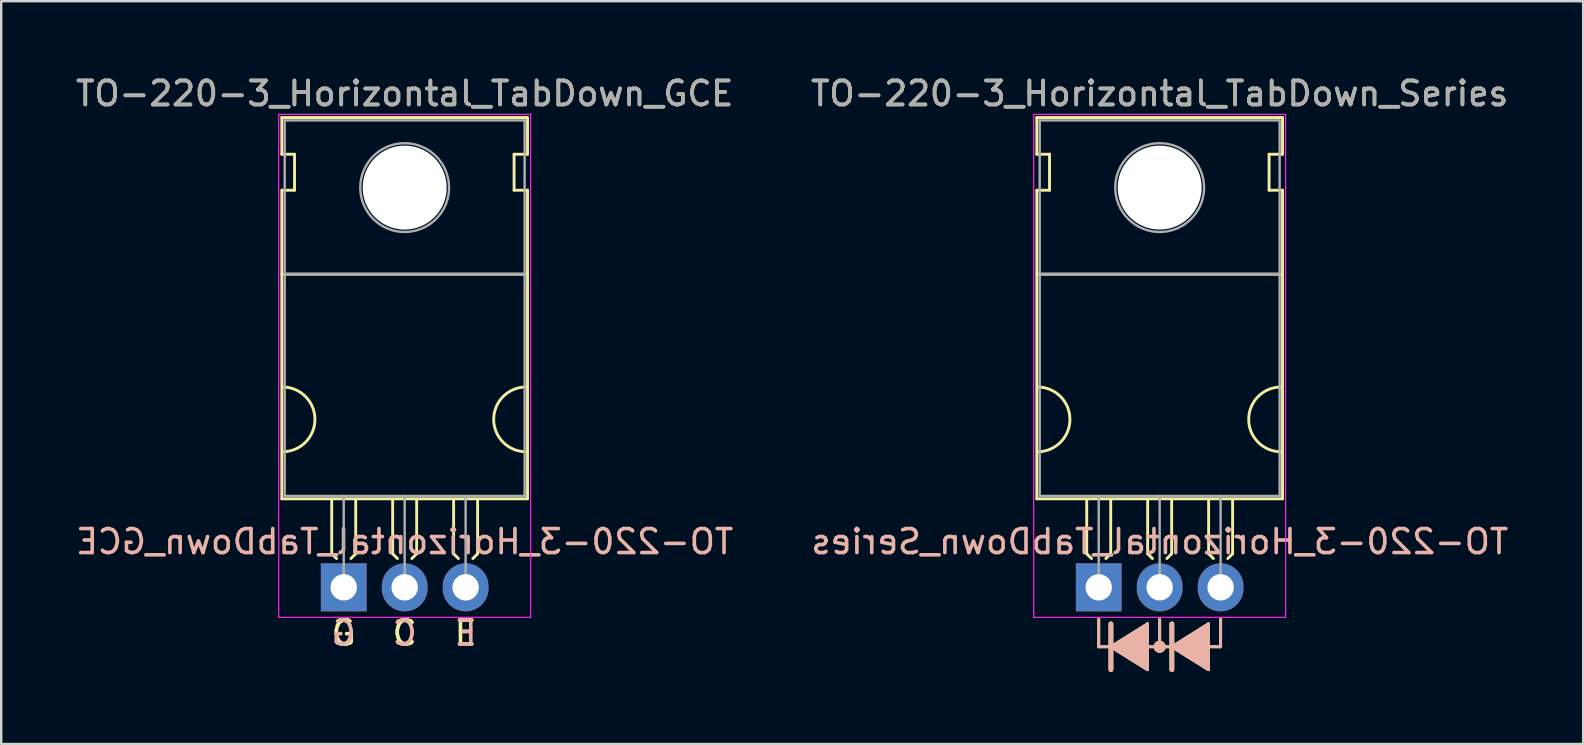
<source format=kicad_pcb>
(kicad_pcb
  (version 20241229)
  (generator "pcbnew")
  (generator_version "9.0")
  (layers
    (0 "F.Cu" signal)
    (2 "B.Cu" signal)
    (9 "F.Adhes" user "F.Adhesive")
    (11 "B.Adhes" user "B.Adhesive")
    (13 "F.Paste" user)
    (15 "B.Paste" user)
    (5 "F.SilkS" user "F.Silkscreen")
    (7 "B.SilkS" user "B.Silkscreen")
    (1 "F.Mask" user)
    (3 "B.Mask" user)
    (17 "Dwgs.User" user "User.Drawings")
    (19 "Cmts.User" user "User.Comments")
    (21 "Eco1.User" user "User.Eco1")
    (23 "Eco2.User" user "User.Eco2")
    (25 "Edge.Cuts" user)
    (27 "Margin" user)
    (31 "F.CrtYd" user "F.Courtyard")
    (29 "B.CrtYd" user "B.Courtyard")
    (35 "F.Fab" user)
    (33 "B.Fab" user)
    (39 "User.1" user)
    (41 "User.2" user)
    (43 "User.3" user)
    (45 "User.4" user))
  (footprint "TO-220-3_Horizontal_TabDown_Series"
    (layer "F.Cu")
    (at 42.74 21.428)
    (property "Reference" "TO-220-3_Horizontal_TabDown_Series" (at 2.54 -20.58 0) (layer "F.SilkS") (effects (font (size 1 1) (thickness 0.15))))
    (fp_line (start -2.58 -19.58) (end -2.58 -18.05) (stroke (width 0.12) (type solid)) (layer "F.SilkS"))
    (fp_line (start -2.58 -19.58) (end 7.66 -19.58) (stroke (width 0.12) (type solid)) (layer "F.SilkS"))
    (fp_line (start -2.58 -18.05) (end -2.05 -18.05) (stroke (width 0.12) (type solid)) (layer "F.SilkS"))
    (fp_line (start -2.58 -16.55) (end -2.58 -3.69) (stroke (width 0.12) (type solid)) (layer "F.SilkS"))
    (fp_line (start -2.58 -3.69) (end 7.66 -3.69) (stroke (width 0.12) (type solid)) (layer "F.SilkS"))
    (fp_line (start -2.575 -13.05) (end 7.65 -13.05) (stroke (width 0.12) (type solid)) (layer "F.SilkS"))
    (fp_line (start -2.05 -18.05) (end -2.05 -16.55) (stroke (width 0.12) (type solid)) (layer "F.SilkS"))
    (fp_line (start -2.05 -16.55) (end -2.575 -16.55) (stroke (width 0.12) (type solid)) (layer "F.SilkS"))
    (fp_line (start -0.5 -3.65) (end -0.5 -1.4) (stroke (width 0.12) (type solid)) (layer "F.SilkS"))
    (fp_line (start -0.5 -1.4) (end -0.3 -1.2) (stroke (width 0.12) (type solid)) (layer "F.SilkS"))
    (fp_line (start 0 1.333) (end 0 2.477) (stroke (width 0.12) (type solid)) (layer "F.SilkS"))
    (fp_line (start 0 2.477) (end 0.508 2.477) (stroke (width 0.12) (type solid)) (layer "F.SilkS"))
    (fp_line (start 0.5 -3.65) (end 0.5 -1.4) (stroke (width 0.12) (type solid)) (layer "F.SilkS"))
    (fp_line (start 0.5 -1.4) (end 0.3 -1.2) (stroke (width 0.12) (type solid)) (layer "F.SilkS"))
    (fp_line (start 0.508 1.524) (end 0.508 3.429) (stroke (width 0.2) (type solid)) (layer "F.SilkS"))
    (fp_line (start 0.508 2.477) (end 2.032 1.524) (stroke (width 0.12) (type solid)) (layer "F.SilkS"))
    (fp_line (start 0.508 2.477) (end 2.032 3.429) (stroke (width 0.12) (type solid)) (layer "F.SilkS"))
    (fp_line (start 2.032 1.714) (end 2.032 1.524) (stroke (width 0.12) (type solid)) (layer "F.SilkS"))
    (fp_line (start 2.032 3.429) (end 2.032 1.714) (stroke (width 0.12) (type solid)) (layer "F.SilkS"))
    (fp_line (start 2.04 -3.65) (end 2.04 -1.4) (stroke (width 0.12) (type solid)) (layer "F.SilkS"))
    (fp_line (start 2.04 -1.4) (end 2.24 -1.2) (stroke (width 0.12) (type solid)) (layer "F.SilkS"))
    (fp_line (start 2.54 1.333) (end 2.54 2.477) (stroke (width 0.12) (type solid)) (layer "F.SilkS"))
    (fp_line (start 2.54 2.477) (end 2.032 2.477) (stroke (width 0.12) (type solid)) (layer "F.SilkS"))
    (fp_line (start 2.54 2.477) (end 3.048 2.477) (stroke (width 0.12) (type solid)) (layer "F.SilkS"))
    (fp_line (start 3.04 -3.65) (end 3.04 -1.4) (stroke (width 0.12) (type solid)) (layer "F.SilkS"))
    (fp_line (start 3.04 -1.4) (end 2.84 -1.2) (stroke (width 0.12) (type solid)) (layer "F.SilkS"))
    (fp_line (start 3.048 1.524) (end 3.048 3.429) (stroke (width 0.2) (type solid)) (layer "F.SilkS"))
    (fp_line (start 3.048 2.477) (end 4.572 3.429) (stroke (width 0.12) (type solid)) (layer "F.SilkS"))
    (fp_line (start 4.572 1.524) (end 3.048 2.477) (stroke (width 0.12) (type solid)) (layer "F.SilkS"))
    (fp_line (start 4.572 3.429) (end 4.572 1.524) (stroke (width 0.12) (type solid)) (layer "F.SilkS"))
    (fp_line (start 4.58 -3.65) (end 4.58 -1.4) (stroke (width 0.12) (type solid)) (layer "F.SilkS"))
    (fp_line (start 4.58 -1.4) (end 4.78 -1.2) (stroke (width 0.12) (type solid)) (layer "F.SilkS"))
    (fp_line (start 5.08 1.333) (end 5.08 2.477) (stroke (width 0.12) (type solid)) (layer "F.SilkS"))
    (fp_line (start 5.08 2.477) (end 4.572 2.477) (stroke (width 0.12) (type solid)) (layer "F.SilkS"))
    (fp_line (start 5.58 -3.65) (end 5.58 -1.4) (stroke (width 0.12) (type solid)) (layer "F.SilkS"))
    (fp_line (start 5.58 -1.4) (end 5.38 -1.2) (stroke (width 0.12) (type solid)) (layer "F.SilkS"))
    (fp_line (start 7.1 -18.05) (end 7.66 -18.05) (stroke (width 0.12) (type solid)) (layer "F.SilkS"))
    (fp_line (start 7.1 -16.55) (end 7.1 -18.05) (stroke (width 0.12) (type solid)) (layer "F.SilkS"))
    (fp_line (start 7.66 -19.58) (end 7.66 -18.05) (stroke (width 0.12) (type solid)) (layer "F.SilkS"))
    (fp_line (start 7.66 -16.55) (end 7.1 -16.55) (stroke (width 0.12) (type solid)) (layer "F.SilkS"))
    (fp_line (start 7.66 -16.55) (end 7.66 -3.69) (stroke (width 0.12) (type solid)) (layer "F.SilkS"))
    (fp_arc (start -2.55 -8.35) (mid -1.2 -7) (end -2.55 -5.65) (stroke (width 0.12) (type solid)) (layer "F.SilkS"))
    (fp_arc (start 7.6 -5.65) (mid 6.25 -7) (end 7.6 -8.35) (stroke (width 0.12) (type solid)) (layer "F.SilkS"))
    (fp_circle (center 2.54 2.477) (end 2.54 2.54) (stroke (width 0.12) (type solid)) (fill no) (layer "F.SilkS"))
    (fp_circle (center 2.54 2.477) (end 2.54 2.603) (stroke (width 0.12) (type solid)) (fill no) (layer "F.SilkS"))
    (fp_circle (center 2.54 2.477) (end 2.54 2.667) (stroke (width 0.12) (type solid)) (fill no) (layer "F.SilkS"))
    (fp_poly (pts (xy 0.508 2.477) (xy 2.032 1.524) (xy 2.032 3.429)) (stroke (width 0.1) (type solid)) (fill yes) (layer "F.SilkS"))
    (fp_poly (pts (xy 4.572 3.429) (xy 3.048 2.477) (xy 4.572 1.524)) (stroke (width 0.1) (type solid)) (fill yes) (layer "F.SilkS"))
    (fp_line (start 0 1.333) (end 0 2.477) (stroke (width 0.12) (type solid)) (layer "B.SilkS"))
    (fp_line (start 0 2.477) (end 0.508 2.477) (stroke (width 0.12) (type solid)) (layer "B.SilkS"))
    (fp_line (start 0.508 2.477) (end 2.032 1.524) (stroke (width 0.12) (type solid)) (layer "B.SilkS"))
    (fp_line (start 0.508 3.429) (end 0.508 1.524) (stroke (width 0.2) (type solid)) (layer "B.SilkS"))
    (fp_line (start 2.032 1.524) (end 2.032 3.429) (stroke (width 0.12) (type solid)) (layer "B.SilkS"))
    (fp_line (start 2.032 3.429) (end 0.508 2.477) (stroke (width 0.12) (type solid)) (layer "B.SilkS"))
    (fp_line (start 2.54 1.333) (end 2.54 2.477) (stroke (width 0.12) (type solid)) (layer "B.SilkS"))
    (fp_line (start 2.54 2.477) (end 2.032 2.477) (stroke (width 0.12) (type solid)) (layer "B.SilkS"))
    (fp_line (start 2.54 2.477) (end 3.048 2.477) (stroke (width 0.12) (type solid)) (layer "B.SilkS"))
    (fp_line (start 3.048 2.477) (end 4.572 1.524) (stroke (width 0.12) (type solid)) (layer "B.SilkS"))
    (fp_line (start 3.048 2.477) (end 4.572 3.429) (stroke (width 0.12) (type solid)) (layer "B.SilkS"))
    (fp_line (start 3.048 3.429) (end 3.048 1.524) (stroke (width 0.2) (type solid)) (layer "B.SilkS"))
    (fp_line (start 4.572 1.524) (end 4.572 3.239) (stroke (width 0.12) (type solid)) (layer "B.SilkS"))
    (fp_line (start 4.572 3.239) (end 4.572 3.429) (stroke (width 0.12) (type solid)) (layer "B.SilkS"))
    (fp_line (start 5.08 1.333) (end 5.08 2.477) (stroke (width 0.12) (type solid)) (layer "B.SilkS"))
    (fp_line (start 5.08 2.477) (end 4.572 2.477) (stroke (width 0.12) (type solid)) (layer "B.SilkS"))
    (fp_circle (center 2.54 2.477) (end 2.54 2.54) (stroke (width 0.12) (type solid)) (fill no) (layer "B.SilkS"))
    (fp_circle (center 2.54 2.477) (end 2.54 2.603) (stroke (width 0.12) (type solid)) (fill no) (layer "B.SilkS"))
    (fp_circle (center 2.54 2.477) (end 2.54 2.667) (stroke (width 0.12) (type solid)) (fill no) (layer "B.SilkS"))
    (fp_poly (pts (xy 2.032 1.524) (xy 0.508 2.477) (xy 2.032 3.429)) (stroke (width 0.1) (type solid)) (fill yes) (layer "B.SilkS"))
    (fp_poly (pts (xy 3.048 2.477) (xy 4.572 3.429) (xy 4.572 1.524)) (stroke (width 0.1) (type solid)) (fill yes) (layer "B.SilkS"))
    (fp_line (start -2.71 -19.71) (end -2.71 1.25) (stroke (width 0.05) (type solid)) (layer "F.CrtYd"))
    (fp_line (start -2.71 1.25) (end 7.79 1.25) (stroke (width 0.05) (type solid)) (layer "F.CrtYd"))
    (fp_line (start 7.79 -19.71) (end -2.71 -19.71) (stroke (width 0.05) (type solid)) (layer "F.CrtYd"))
    (fp_line (start 7.79 1.25) (end 7.79 -19.71) (stroke (width 0.05) (type solid)) (layer "F.CrtYd"))
    (fp_line (start -2.46 -19.46) (end 7.54 -19.46) (stroke (width 0.1) (type solid)) (layer "F.Fab"))
    (fp_line (start -2.46 -13.06) (end -2.46 -19.46) (stroke (width 0.1) (type solid)) (layer "F.Fab"))
    (fp_line (start -2.46 -13.06) (end 7.54 -13.06) (stroke (width 0.1) (type solid)) (layer "F.Fab"))
    (fp_line (start -2.46 -3.81) (end -2.46 -13.06) (stroke (width 0.1) (type solid)) (layer "F.Fab"))
    (fp_line (start 0 -3.81) (end 0 0) (stroke (width 0.1) (type solid)) (layer "F.Fab"))
    (fp_line (start 2.54 -3.81) (end 2.54 0) (stroke (width 0.1) (type solid)) (layer "F.Fab"))
    (fp_line (start 5.08 -3.81) (end 5.08 0) (stroke (width 0.1) (type solid)) (layer "F.Fab"))
    (fp_line (start 7.54 -19.46) (end 7.54 -13.06) (stroke (width 0.1) (type solid)) (layer "F.Fab"))
    (fp_line (start 7.54 -13.06) (end -2.46 -13.06) (stroke (width 0.1) (type solid)) (layer "F.Fab"))
    (fp_line (start 7.54 -13.06) (end 7.54 -3.81) (stroke (width 0.1) (type solid)) (layer "F.Fab"))
    (fp_line (start 7.54 -3.81) (end -2.46 -3.81) (stroke (width 0.1) (type solid)) (layer "F.Fab"))
    (fp_circle (center 2.54 -16.66) (end 4.39 -16.66) (stroke (width 0.1) (type solid)) (fill no) (layer "F.Fab"))
    (fp_text user "${REFERENCE}" (at 2.54 -1.905 0) (layer "B.SilkS") (effects (font (size 1 1) (thickness 0.15)) (justify mirror)))
    (fp_text user "${REFERENCE}" (at 2.54 -20.58 0) (layer "F.Fab") (effects (font (size 1 1) (thickness 0.15))))
    (pad "" np_thru_hole oval (at 2.54 -16.66) (size 3.5 3.5) (drill 3.5) (layers "*.Cu" "*.Mask"))
    (pad "1" thru_hole rect (at 0 0) (size 1.905 2) (drill 1.1) (layers "*.Cu" "*.Mask"))
    (pad "2" thru_hole oval (at 2.54 0) (size 1.905 2) (drill 1.1) (layers "*.Cu" "*.Mask"))
    (pad "3" thru_hole oval (at 5.08 0) (size 1.905 2) (drill 1.1) (layers "*.Cu" "*.Mask")))
  (footprint "TO-220-3_Horizontal_TabDown_GCE"
    (layer "F.Cu")
    (at 11.275 21.428)
    (property "Reference" "TO-220-3_Horizontal_TabDown_GCE" (at 2.54 -20.58 0) (layer "F.SilkS") (effects (font (size 1 1) (thickness 0.15))))
    (fp_line (start -2.58 -19.58) (end -2.58 -18.05) (stroke (width 0.12) (type solid)) (layer "F.SilkS"))
    (fp_line (start -2.58 -19.58) (end 7.66 -19.58) (stroke (width 0.12) (type solid)) (layer "F.SilkS"))
    (fp_line (start -2.58 -18.05) (end -2.05 -18.05) (stroke (width 0.12) (type solid)) (layer "F.SilkS"))
    (fp_line (start -2.58 -16.55) (end -2.58 -3.69) (stroke (width 0.12) (type solid)) (layer "F.SilkS"))
    (fp_line (start -2.58 -3.69) (end 7.66 -3.69) (stroke (width 0.12) (type solid)) (layer "F.SilkS"))
    (fp_line (start -2.575 -13.05) (end 7.65 -13.05) (stroke (width 0.12) (type solid)) (layer "F.SilkS"))
    (fp_line (start -2.05 -18.05) (end -2.05 -16.55) (stroke (width 0.12) (type solid)) (layer "F.SilkS"))
    (fp_line (start -2.05 -16.55) (end -2.575 -16.55) (stroke (width 0.12) (type solid)) (layer "F.SilkS"))
    (fp_line (start -0.5 -3.65) (end -0.5 -1.4) (stroke (width 0.12) (type solid)) (layer "F.SilkS"))
    (fp_line (start -0.5 -1.4) (end -0.3 -1.2) (stroke (width 0.12) (type solid)) (layer "F.SilkS"))
    (fp_line (start 0.5 -3.65) (end 0.5 -1.4) (stroke (width 0.12) (type solid)) (layer "F.SilkS"))
    (fp_line (start 0.5 -1.4) (end 0.3 -1.2) (stroke (width 0.12) (type solid)) (layer "F.SilkS"))
    (fp_line (start 2.04 -3.65) (end 2.04 -1.4) (stroke (width 0.12) (type solid)) (layer "F.SilkS"))
    (fp_line (start 2.04 -1.4) (end 2.24 -1.2) (stroke (width 0.12) (type solid)) (layer "F.SilkS"))
    (fp_line (start 3.04 -3.65) (end 3.04 -1.4) (stroke (width 0.12) (type solid)) (layer "F.SilkS"))
    (fp_line (start 3.04 -1.4) (end 2.84 -1.2) (stroke (width 0.12) (type solid)) (layer "F.SilkS"))
    (fp_line (start 4.58 -3.65) (end 4.58 -1.4) (stroke (width 0.12) (type solid)) (layer "F.SilkS"))
    (fp_line (start 4.58 -1.4) (end 4.78 -1.2) (stroke (width 0.12) (type solid)) (layer "F.SilkS"))
    (fp_line (start 5.58 -3.65) (end 5.58 -1.4) (stroke (width 0.12) (type solid)) (layer "F.SilkS"))
    (fp_line (start 5.58 -1.4) (end 5.38 -1.2) (stroke (width 0.12) (type solid)) (layer "F.SilkS"))
    (fp_line (start 7.1 -18.05) (end 7.66 -18.05) (stroke (width 0.12) (type solid)) (layer "F.SilkS"))
    (fp_line (start 7.1 -16.55) (end 7.1 -18.05) (stroke (width 0.12) (type solid)) (layer "F.SilkS"))
    (fp_line (start 7.66 -19.58) (end 7.66 -18.05) (stroke (width 0.12) (type solid)) (layer "F.SilkS"))
    (fp_line (start 7.66 -16.55) (end 7.1 -16.55) (stroke (width 0.12) (type solid)) (layer "F.SilkS"))
    (fp_line (start 7.66 -16.55) (end 7.66 -3.69) (stroke (width 0.12) (type solid)) (layer "F.SilkS"))
    (fp_arc (start -2.55 -8.35) (mid -1.2 -7) (end -2.55 -5.65) (stroke (width 0.12) (type solid)) (layer "F.SilkS"))
    (fp_arc (start 7.6 -5.65) (mid 6.25 -7) (end 7.6 -8.35) (stroke (width 0.12) (type solid)) (layer "F.SilkS"))
    (fp_line (start -2.71 -19.71) (end -2.71 1.25) (stroke (width 0.05) (type solid)) (layer "F.CrtYd"))
    (fp_line (start -2.71 1.25) (end 7.79 1.25) (stroke (width 0.05) (type solid)) (layer "F.CrtYd"))
    (fp_line (start 7.79 -19.71) (end -2.71 -19.71) (stroke (width 0.05) (type solid)) (layer "F.CrtYd"))
    (fp_line (start 7.79 1.25) (end 7.79 -19.71) (stroke (width 0.05) (type solid)) (layer "F.CrtYd"))
    (fp_line (start -2.46 -19.46) (end 7.54 -19.46) (stroke (width 0.1) (type solid)) (layer "F.Fab"))
    (fp_line (start -2.46 -13.06) (end -2.46 -19.46) (stroke (width 0.1) (type solid)) (layer "F.Fab"))
    (fp_line (start -2.46 -13.06) (end 7.54 -13.06) (stroke (width 0.1) (type solid)) (layer "F.Fab"))
    (fp_line (start -2.46 -3.81) (end -2.46 -13.06) (stroke (width 0.1) (type solid)) (layer "F.Fab"))
    (fp_line (start 0 -3.81) (end 0 0) (stroke (width 0.1) (type solid)) (layer "F.Fab"))
    (fp_line (start 2.54 -3.81) (end 2.54 0) (stroke (width 0.1) (type solid)) (layer "F.Fab"))
    (fp_line (start 5.08 -3.81) (end 5.08 0) (stroke (width 0.1) (type solid)) (layer "F.Fab"))
    (fp_line (start 7.54 -19.46) (end 7.54 -13.06) (stroke (width 0.1) (type solid)) (layer "F.Fab"))
    (fp_line (start 7.54 -13.06) (end -2.46 -13.06) (stroke (width 0.1) (type solid)) (layer "F.Fab"))
    (fp_line (start 7.54 -13.06) (end 7.54 -3.81) (stroke (width 0.1) (type solid)) (layer "F.Fab"))
    (fp_line (start 7.54 -3.81) (end -2.46 -3.81) (stroke (width 0.1) (type solid)) (layer "F.Fab"))
    (fp_circle (center 2.54 -16.66) (end 4.39 -16.66) (stroke (width 0.1) (type solid)) (fill no) (layer "F.Fab"))
    (fp_text user "C" (at 2.54 1.905 0) (unlocked yes) (layer "F.SilkS") (effects (font (size 1 1) (thickness 0.15))))
    (fp_text user "E" (at 5.08 1.905 0) (unlocked yes) (layer "F.SilkS") (effects (font (size 1 1) (thickness 0.15))))
    (fp_text user "G" (at 0 1.905 0) (unlocked yes) (layer "F.SilkS") (effects (font (size 1 1) (thickness 0.15))))
    (fp_text user "G" (at 0 1.905 0) (unlocked yes) (layer "B.SilkS") (effects (font (size 1 1) (thickness 0.15)) (justify mirror)))
    (fp_text user "${REFERENCE}" (at 2.54 -1.905 0) (layer "B.SilkS") (effects (font (size 1 1) (thickness 0.15)) (justify mirror)))
    (fp_text user "C" (at 2.54 1.905 0) (unlocked yes) (layer "B.SilkS") (effects (font (size 1 1) (thickness 0.15)) (justify mirror)))
    (fp_text user "E" (at 5.08 1.905 0) (unlocked yes) (layer "B.SilkS") (effects (font (size 1 1) (thickness 0.15)) (justify mirror)))
    (fp_text user "${REFERENCE}" (at 2.54 -20.58 0) (layer "F.Fab") (effects (font (size 1 1) (thickness 0.15))))
    (pad "" np_thru_hole oval (at 2.54 -16.66) (size 3.5 3.5) (drill 3.5) (layers "*.Cu" "*.Mask"))
    (pad "1" thru_hole rect (at 0 0) (size 1.905 2) (drill 1.1) (layers "*.Cu" "*.Mask"))
    (pad "2" thru_hole oval (at 2.54 0) (size 1.905 2) (drill 1.1) (layers "*.Cu" "*.Mask"))
    (pad "3" thru_hole oval (at 5.08 0) (size 1.905 2) (drill 1.1) (layers "*.Cu" "*.Mask")))
  (gr_rect
    (start -3 -3)
    (end 62.929 27.957)
    (stroke (width 0.1) (type default))
    (fill no)
    (layer "Edge.Cuts")))
</source>
